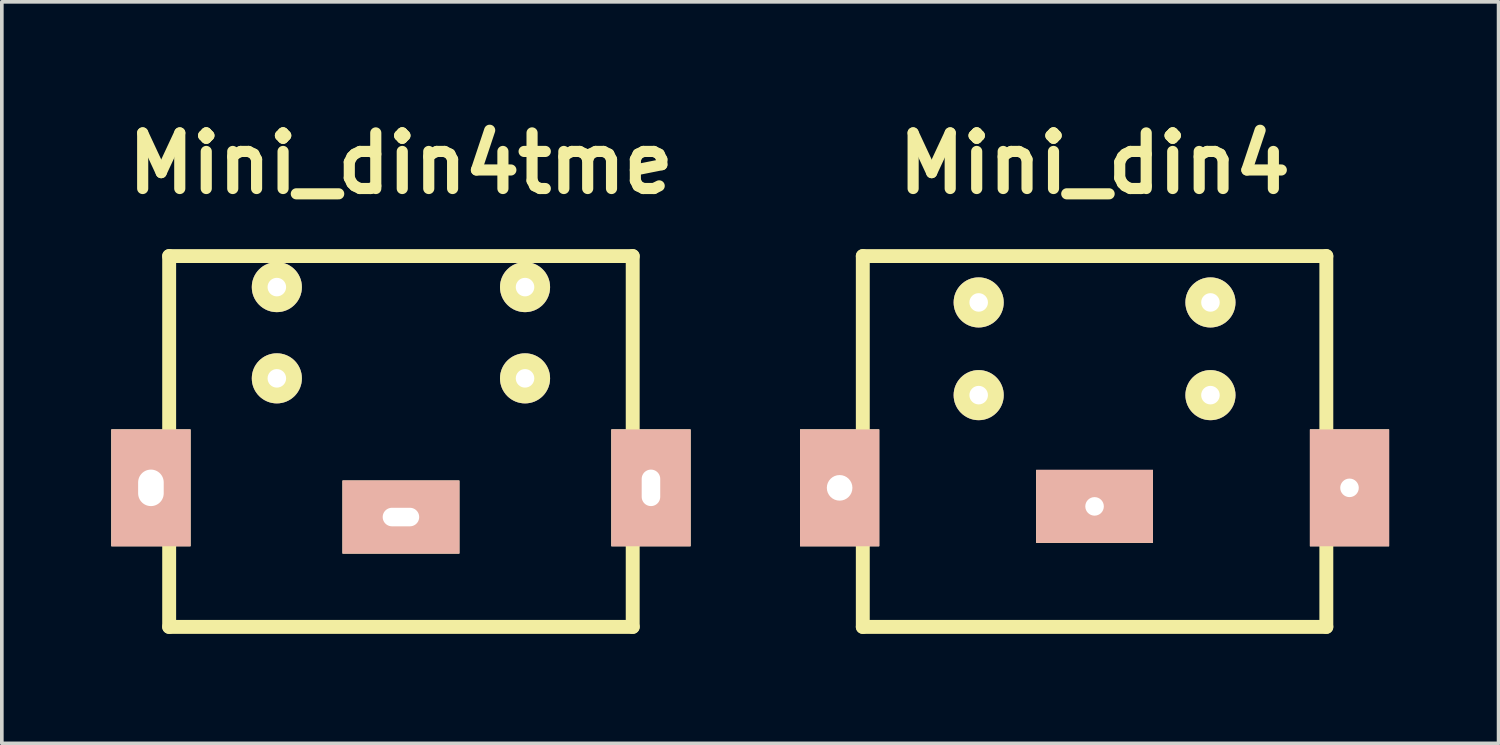
<source format=kicad_pcb>
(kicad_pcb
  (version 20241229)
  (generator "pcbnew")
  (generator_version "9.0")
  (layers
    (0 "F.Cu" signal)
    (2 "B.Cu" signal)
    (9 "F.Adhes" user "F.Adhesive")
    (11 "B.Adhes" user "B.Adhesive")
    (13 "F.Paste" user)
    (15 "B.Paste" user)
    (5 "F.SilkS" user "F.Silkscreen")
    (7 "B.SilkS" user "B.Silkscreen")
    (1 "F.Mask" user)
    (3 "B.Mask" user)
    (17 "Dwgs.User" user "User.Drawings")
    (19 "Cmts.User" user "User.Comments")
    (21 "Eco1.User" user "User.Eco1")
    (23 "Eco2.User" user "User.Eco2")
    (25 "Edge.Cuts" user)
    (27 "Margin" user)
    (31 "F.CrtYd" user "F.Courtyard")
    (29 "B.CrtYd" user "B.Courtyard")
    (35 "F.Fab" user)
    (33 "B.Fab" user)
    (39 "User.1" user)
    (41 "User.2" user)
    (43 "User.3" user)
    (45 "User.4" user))
  (footprint "Mini_din4tme"
    (layer "F.Cu")
    (at 7.935 9.046)
    (property "Reference" "Mini_din4tme" (at 0 -7.62 0) (layer "F.SilkS") (effects (font (size 1.524 1.524) (thickness 0.305))))
    (attr through_hole)
    (fp_line (start -6.35 -5.08) (end 6.35 -5.08) (stroke (width 0.381) (type solid)) (layer "F.SilkS"))
    (fp_line (start -6.35 1.27) (end -6.35 -5.08) (stroke (width 0.381) (type solid)) (layer "F.SilkS"))
    (fp_line (start -6.35 5.08) (end -6.35 1.27) (stroke (width 0.381) (type solid)) (layer "F.SilkS"))
    (fp_line (start 6.35 -5.08) (end 6.35 5.08) (stroke (width 0.381) (type solid)) (layer "F.SilkS"))
    (fp_line (start 6.35 5.08) (end -6.35 5.08) (stroke (width 0.381) (type solid)) (layer "F.SilkS"))
    (pad "1" thru_hole circle (at 3.4 -4.23) (size 1.372 1.372) (drill 0.508) (layers "*.Cu" "*.Mask" "F.SilkS"))
    (pad "2" thru_hole circle (at 3.4 -1.73) (size 1.372 1.372) (drill 0.508) (layers "*.Cu" "*.Mask" "F.SilkS"))
    (pad "3" thru_hole circle (at -3.4 -1.73) (size 1.372 1.372) (drill 0.508) (layers "*.Cu" "*.Mask" "F.SilkS"))
    (pad "4" thru_hole circle (at -3.4 -4.23) (size 1.372 1.372) (drill 0.508) (layers "*.Cu" "*.Mask" "F.SilkS"))
    (pad "GND" thru_hole rect (at -6.85 1.27) (size 2.169 3.2) (drill oval 0.701 1) (layers "*.Cu" "*.SilkS" "*.Mask"))
    (pad "GND" thru_hole rect (at 0 2.07) (size 3.2 1.999) (drill oval 1 0.508) (layers "*.Cu" "*.SilkS" "*.Mask"))
    (pad "GND" thru_hole rect (at 6.85 1.27) (size 2.169 3.2) (drill oval 0.508 1) (layers "*.Cu" "*.SilkS" "*.Mask")))
  (footprint "Mini_din4"
    (layer "F.Cu")
    (at 26.939 9.046)
    (property "Reference" "Mini_din4" (at 0 -7.62 0) (layer "F.SilkS") (effects (font (size 1.524 1.524) (thickness 0.305))))
    (attr through_hole)
    (fp_line (start -6.35 -5.08) (end 6.35 -5.08) (stroke (width 0.381) (type solid)) (layer "F.SilkS"))
    (fp_line (start -6.35 1.27) (end -6.35 -5.08) (stroke (width 0.381) (type solid)) (layer "F.SilkS"))
    (fp_line (start -6.35 5.08) (end -6.35 1.27) (stroke (width 0.381) (type solid)) (layer "F.SilkS"))
    (fp_line (start 6.35 -5.08) (end 6.35 5.08) (stroke (width 0.381) (type solid)) (layer "F.SilkS"))
    (fp_line (start 6.35 5.08) (end -6.35 5.08) (stroke (width 0.381) (type solid)) (layer "F.SilkS"))
    (pad "1" thru_hole circle (at 3.175 -3.81) (size 1.372 1.372) (drill 0.508) (layers "*.Cu" "*.Mask" "F.SilkS"))
    (pad "2" thru_hole circle (at 3.175 -1.27) (size 1.372 1.372) (drill 0.508) (layers "*.Cu" "*.Mask" "F.SilkS"))
    (pad "3" thru_hole circle (at -3.175 -1.27) (size 1.372 1.372) (drill 0.508) (layers "*.Cu" "*.Mask" "F.SilkS"))
    (pad "4" thru_hole circle (at -3.175 -3.81) (size 1.372 1.372) (drill 0.508) (layers "*.Cu" "*.Mask" "F.SilkS"))
    (pad "GND" thru_hole rect (at -6.985 1.27) (size 2.169 3.2) (drill 0.701) (layers "*.Cu" "*.SilkS" "*.Mask"))
    (pad "GND" thru_hole rect (at 0 1.778) (size 3.2 1.999) (drill 0.508) (layers "*.Cu" "*.SilkS" "*.Mask"))
    (pad "GND" thru_hole rect (at 6.985 1.27) (size 2.169 3.2) (drill 0.508) (layers "*.Cu" "*.SilkS" "*.Mask")))
  (gr_rect
    (start -3 -3)
    (end 38.008 17.317)
    (stroke (width 0.1) (type default))
    (fill no)
    (layer "Edge.Cuts")))
</source>
